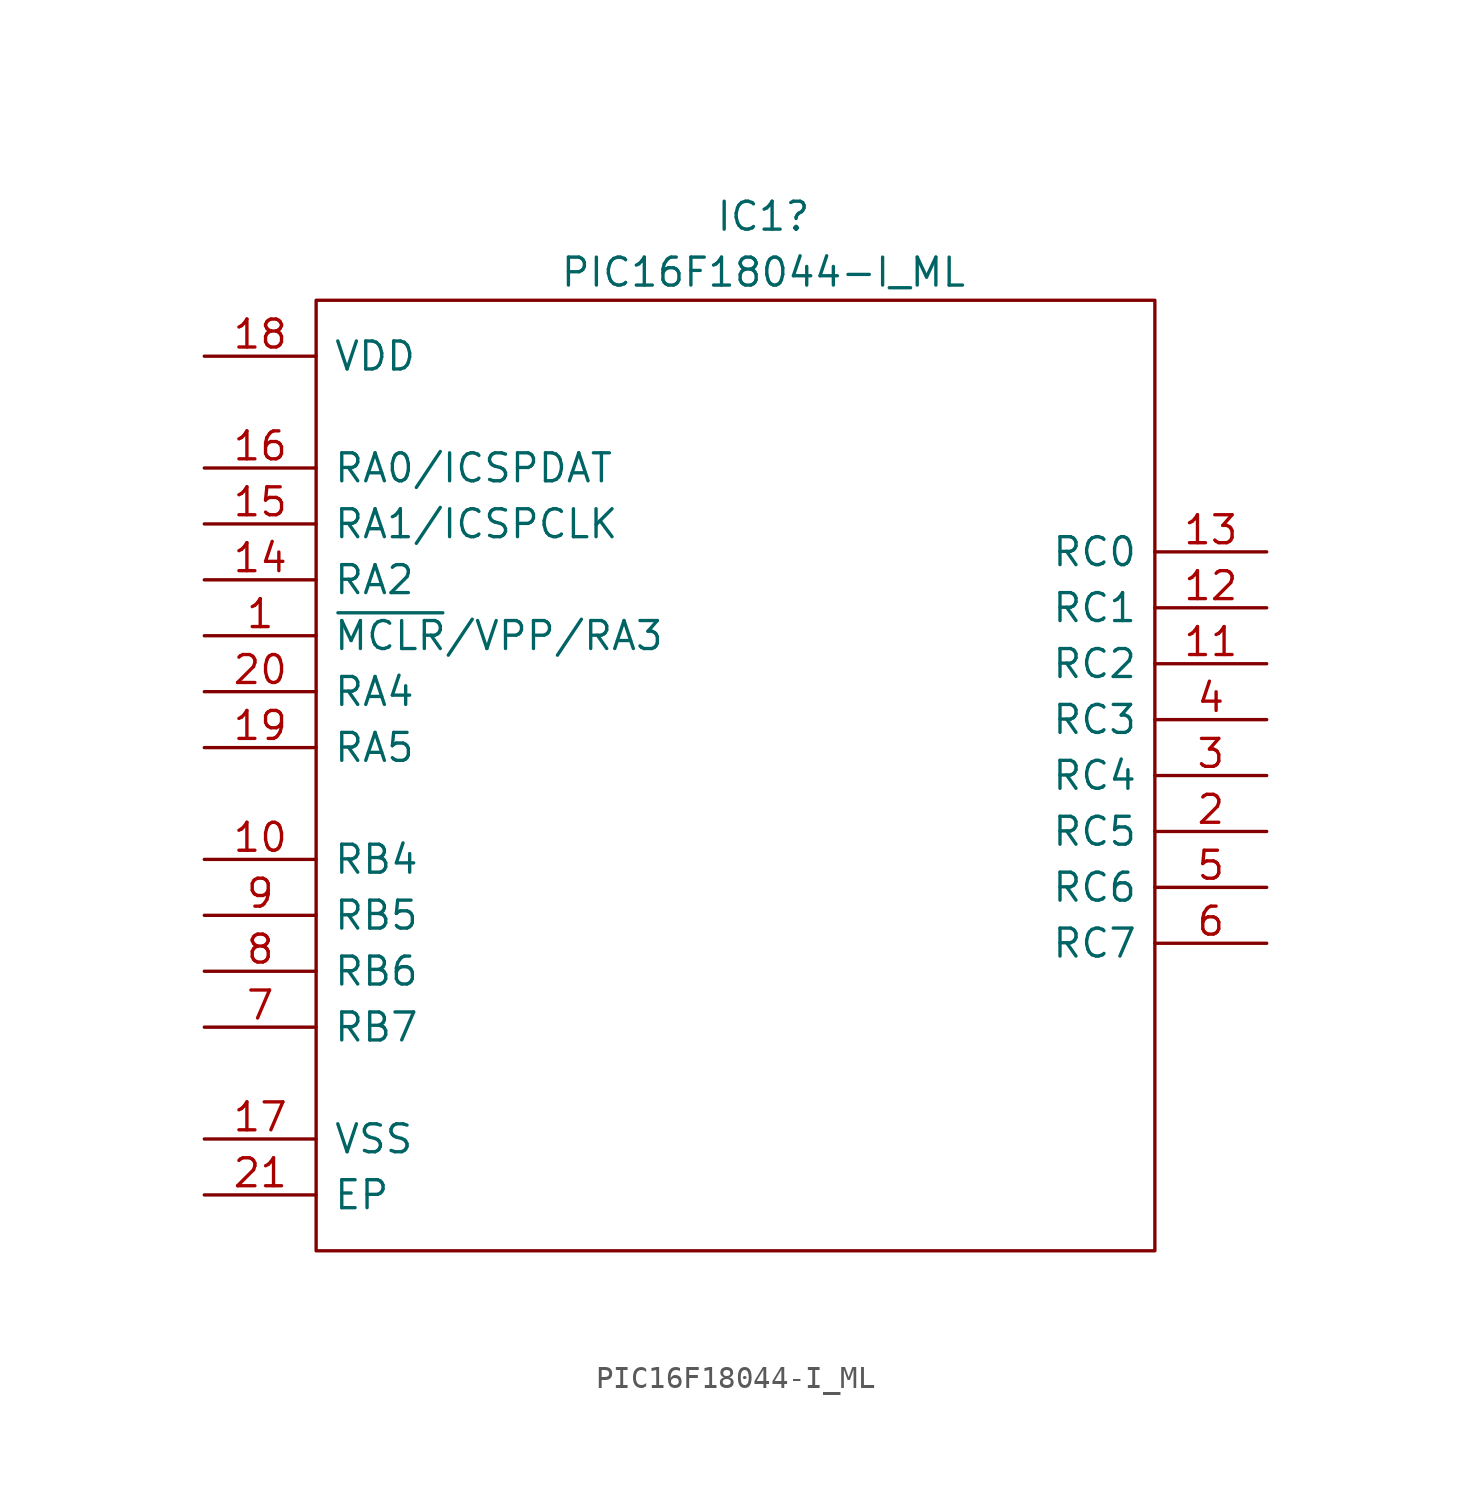
<source format=kicad_sym>
(kicad_symbol_lib
  (version 20211014)
  (generator kicad_symbol_editor)
  (symbol "PIC16F18044-I_ML"
    (pin_names
      (offset 0.762))
    (property "Reference" "IC1"
      (at 25.4 24.13 0)
      (effects (font (size 1.27 1.27))))
    (property "Value" "PIC16F18044-I_ML"
      (at 25.4 21.59 0)
      (effects (font (size 1.27 1.27))))
    (symbol "PIC16F18044-I_ML_0_0"
      (pin bidirectional line (at 0 5.08 0) (length 5.08) (name "~{MCLR}/VPP/RA3" (effects (font (size 1.27 1.27)))) (number "1" (effects (font (size 1.27 1.27)))))
      (pin bidirectional line (at 0 -5.08 0) (length 5.08) (name "RB4" (effects (font (size 1.27 1.27)))) (number "10" (effects (font (size 1.27 1.27)))))
      (pin bidirectional line (at 48.26 3.81 180) (length 5.08) (name "RC2" (effects (font (size 1.27 1.27)))) (number "11" (effects (font (size 1.27 1.27)))))
      (pin bidirectional line (at 48.26 6.35 180) (length 5.08) (name "RC1" (effects (font (size 1.27 1.27)))) (number "12" (effects (font (size 1.27 1.27)))))
      (pin bidirectional line (at 48.26 8.89 180) (length 5.08) (name "RC0" (effects (font (size 1.27 1.27)))) (number "13" (effects (font (size 1.27 1.27)))))
      (pin bidirectional line (at 0 7.62 0) (length 5.08) (name "RA2" (effects (font (size 1.27 1.27)))) (number "14" (effects (font (size 1.27 1.27)))))
      (pin bidirectional line (at 0 10.16 0) (length 5.08) (name "RA1/ICSPCLK" (effects (font (size 1.27 1.27)))) (number "15" (effects (font (size 1.27 1.27)))))
      (pin bidirectional line (at 0 12.7 0) (length 5.08) (name "RA0/ICSPDAT" (effects (font (size 1.27 1.27)))) (number "16" (effects (font (size 1.27 1.27)))))
      (pin power_in line (at 0 -17.78 0) (length 5.08) (name "VSS" (effects (font (size 1.27 1.27)))) (number "17" (effects (font (size 1.27 1.27)))))
      (pin power_in line (at 0 17.78 0) (length 5.08) (name "VDD" (effects (font (size 1.27 1.27)))) (number "18" (effects (font (size 1.27 1.27)))))
      (pin bidirectional line (at 0 0 0) (length 5.08) (name "RA5" (effects (font (size 1.27 1.27)))) (number "19" (effects (font (size 1.27 1.27)))))
      (pin bidirectional line (at 48.26 -3.81 180) (length 5.08) (name "RC5" (effects (font (size 1.27 1.27)))) (number "2" (effects (font (size 1.27 1.27)))))
      (pin bidirectional line (at 0 2.54 0) (length 5.08) (name "RA4" (effects (font (size 1.27 1.27)))) (number "20" (effects (font (size 1.27 1.27)))))
      (pin power_in line (at 0 -20.32 0) (length 5.08) (name "EP" (effects (font (size 1.27 1.27)))) (number "21" (effects (font (size 1.27 1.27)))))
      (pin bidirectional line (at 48.26 -1.27 180) (length 5.08) (name "RC4" (effects (font (size 1.27 1.27)))) (number "3" (effects (font (size 1.27 1.27)))))
      (pin bidirectional line (at 48.26 1.27 180) (length 5.08) (name "RC3" (effects (font (size 1.27 1.27)))) (number "4" (effects (font (size 1.27 1.27)))))
      (pin bidirectional line (at 48.26 -6.35 180) (length 5.08) (name "RC6" (effects (font (size 1.27 1.27)))) (number "5" (effects (font (size 1.27 1.27)))))
      (pin bidirectional line (at 48.26 -8.89 180) (length 5.08) (name "RC7" (effects (font (size 1.27 1.27)))) (number "6" (effects (font (size 1.27 1.27)))))
      (pin bidirectional line (at 0 -12.7 0) (length 5.08) (name "RB7" (effects (font (size 1.27 1.27)))) (number "7" (effects (font (size 1.27 1.27)))))
      (pin bidirectional line (at 0 -10.16 0) (length 5.08) (name "RB6" (effects (font (size 1.27 1.27)))) (number "8" (effects (font (size 1.27 1.27)))))
      (pin bidirectional line (at 0 -7.62 0) (length 5.08) (name "RB5" (effects (font (size 1.27 1.27)))) (number "9" (effects (font (size 1.27 1.27))))))
    (symbol "PIC16F18044-I_ML_0_1"
      (polyline (pts (xy 5.08 20.32) (xy 43.18 20.32) (xy 43.18 -22.86) (xy 5.08 -22.86) (xy 5.08 20.32)) (stroke (width 0.152) (type default) (color 0 0 0 0)) (fill (type none))))))
</source>
